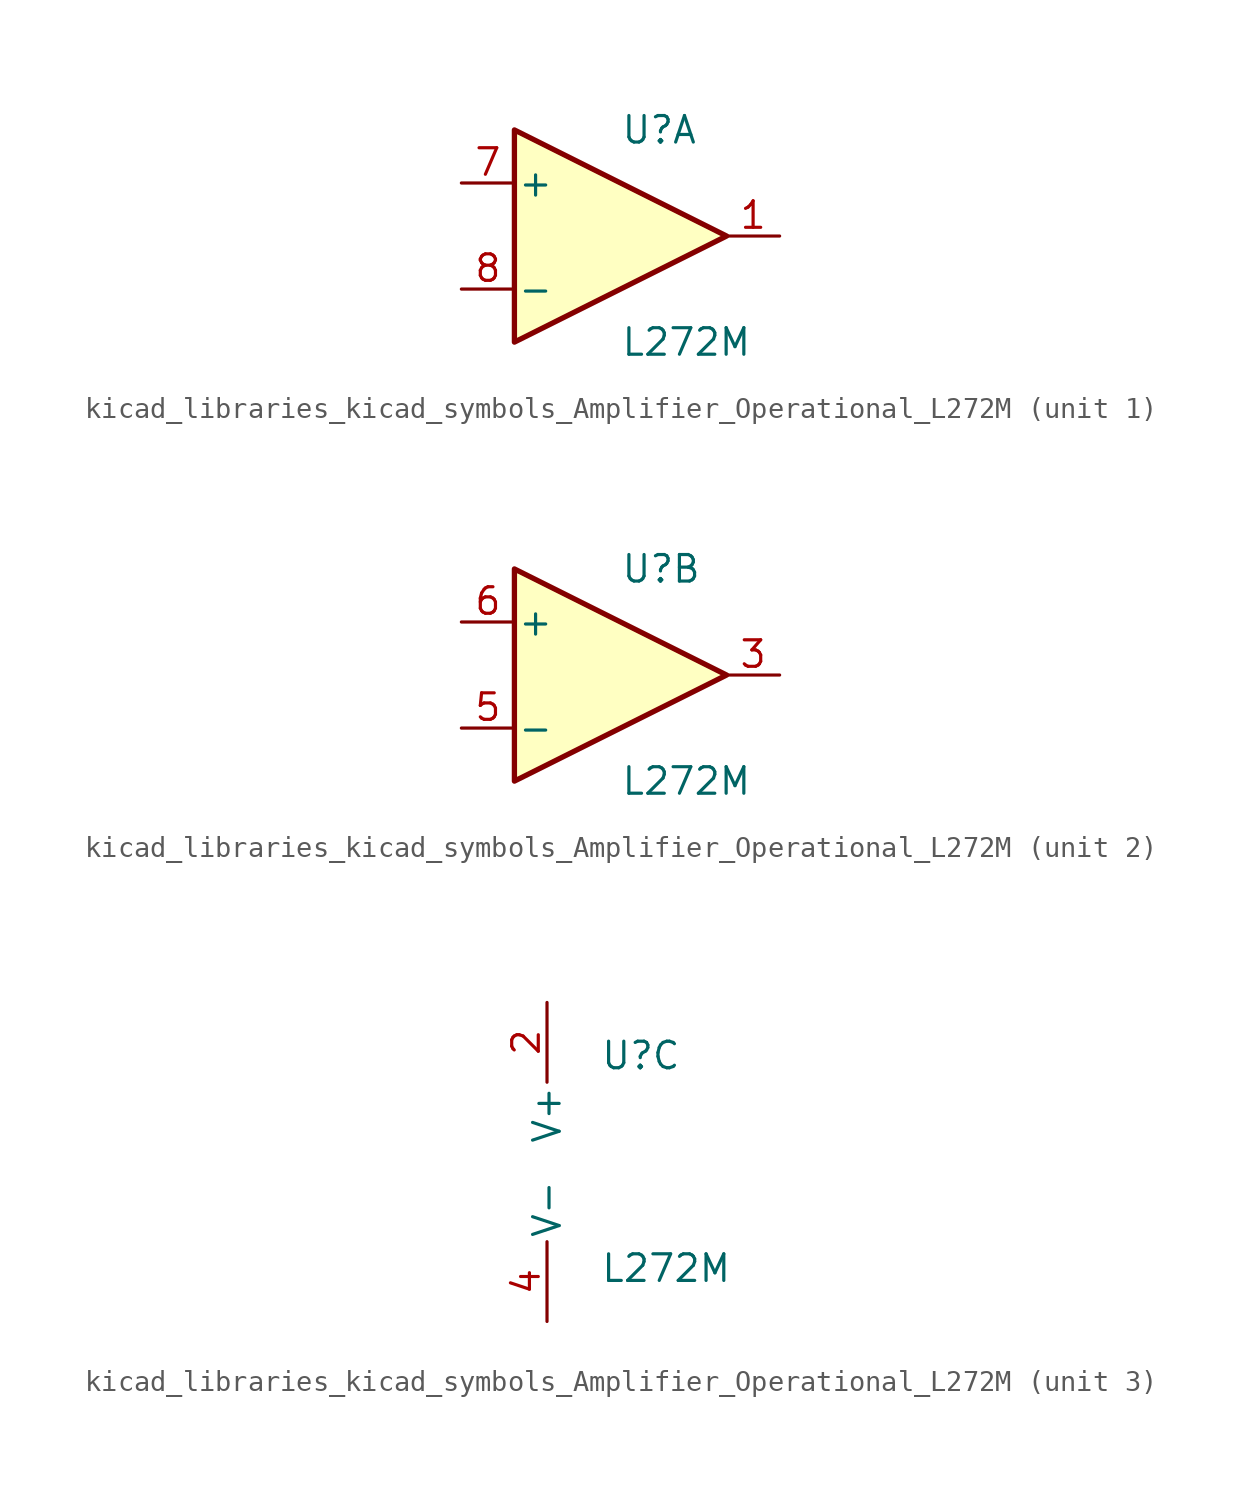
<source format=kicad_sym>
(kicad_symbol_lib
  (version 20220914)
  (generator kicad_symbol_editor)
  (symbol "kicad_libraries_kicad_symbols_Amplifier_Operational_L272M"
    (pin_names
      (offset 0.127))
    (property "Reference" "U"
      (at 0 5.08 0)
      (effects (font (size 1.27 1.27)) (justify left)))
    (property "Value" "L272M"
      (at 0 -5.08 0)
      (effects (font (size 1.27 1.27)) (justify left)))
    (property "ki_locked" ""
      (at 0 0 0)
      (effects (font (size 1.27 1.27))))
    (symbol "kicad_libraries_kicad_symbols_Amplifier_Operational_L272M_1_1"
      (polyline (pts (xy -5.08 5.08) (xy 5.08 0) (xy -5.08 -5.08) (xy -5.08 5.08)) (stroke (width 0.254) (type default)) (fill (type background)))
      (pin output line (at 7.62 0 180) (length 2.54) (name "~" (effects (font (size 1.27 1.27)))) (number "1" (effects (font (size 1.27 1.27)))))
      (pin input line (at -7.62 2.54 0) (length 2.54) (name "+" (effects (font (size 1.27 1.27)))) (number "7" (effects (font (size 1.27 1.27)))))
      (pin input line (at -7.62 -2.54 0) (length 2.54) (name "-" (effects (font (size 1.27 1.27)))) (number "8" (effects (font (size 1.27 1.27))))))
    (symbol "kicad_libraries_kicad_symbols_Amplifier_Operational_L272M_2_1"
      (polyline (pts (xy -5.08 5.08) (xy 5.08 0) (xy -5.08 -5.08) (xy -5.08 5.08)) (stroke (width 0.254) (type default)) (fill (type background)))
      (pin output line (at 7.62 0 180) (length 2.54) (name "~" (effects (font (size 1.27 1.27)))) (number "3" (effects (font (size 1.27 1.27)))))
      (pin input line (at -7.62 -2.54 0) (length 2.54) (name "-" (effects (font (size 1.27 1.27)))) (number "5" (effects (font (size 1.27 1.27)))))
      (pin input line (at -7.62 2.54 0) (length 2.54) (name "+" (effects (font (size 1.27 1.27)))) (number "6" (effects (font (size 1.27 1.27))))))
    (symbol "kicad_libraries_kicad_symbols_Amplifier_Operational_L272M_3_1"
      (pin power_in line (at -2.54 7.62 270) (length 3.81) (name "V+" (effects (font (size 1.27 1.27)))) (number "2" (effects (font (size 1.27 1.27)))))
      (pin power_in line (at -2.54 -7.62 90) (length 3.81) (name "V-" (effects (font (size 1.27 1.27)))) (number "4" (effects (font (size 1.27 1.27))))))))
</source>
